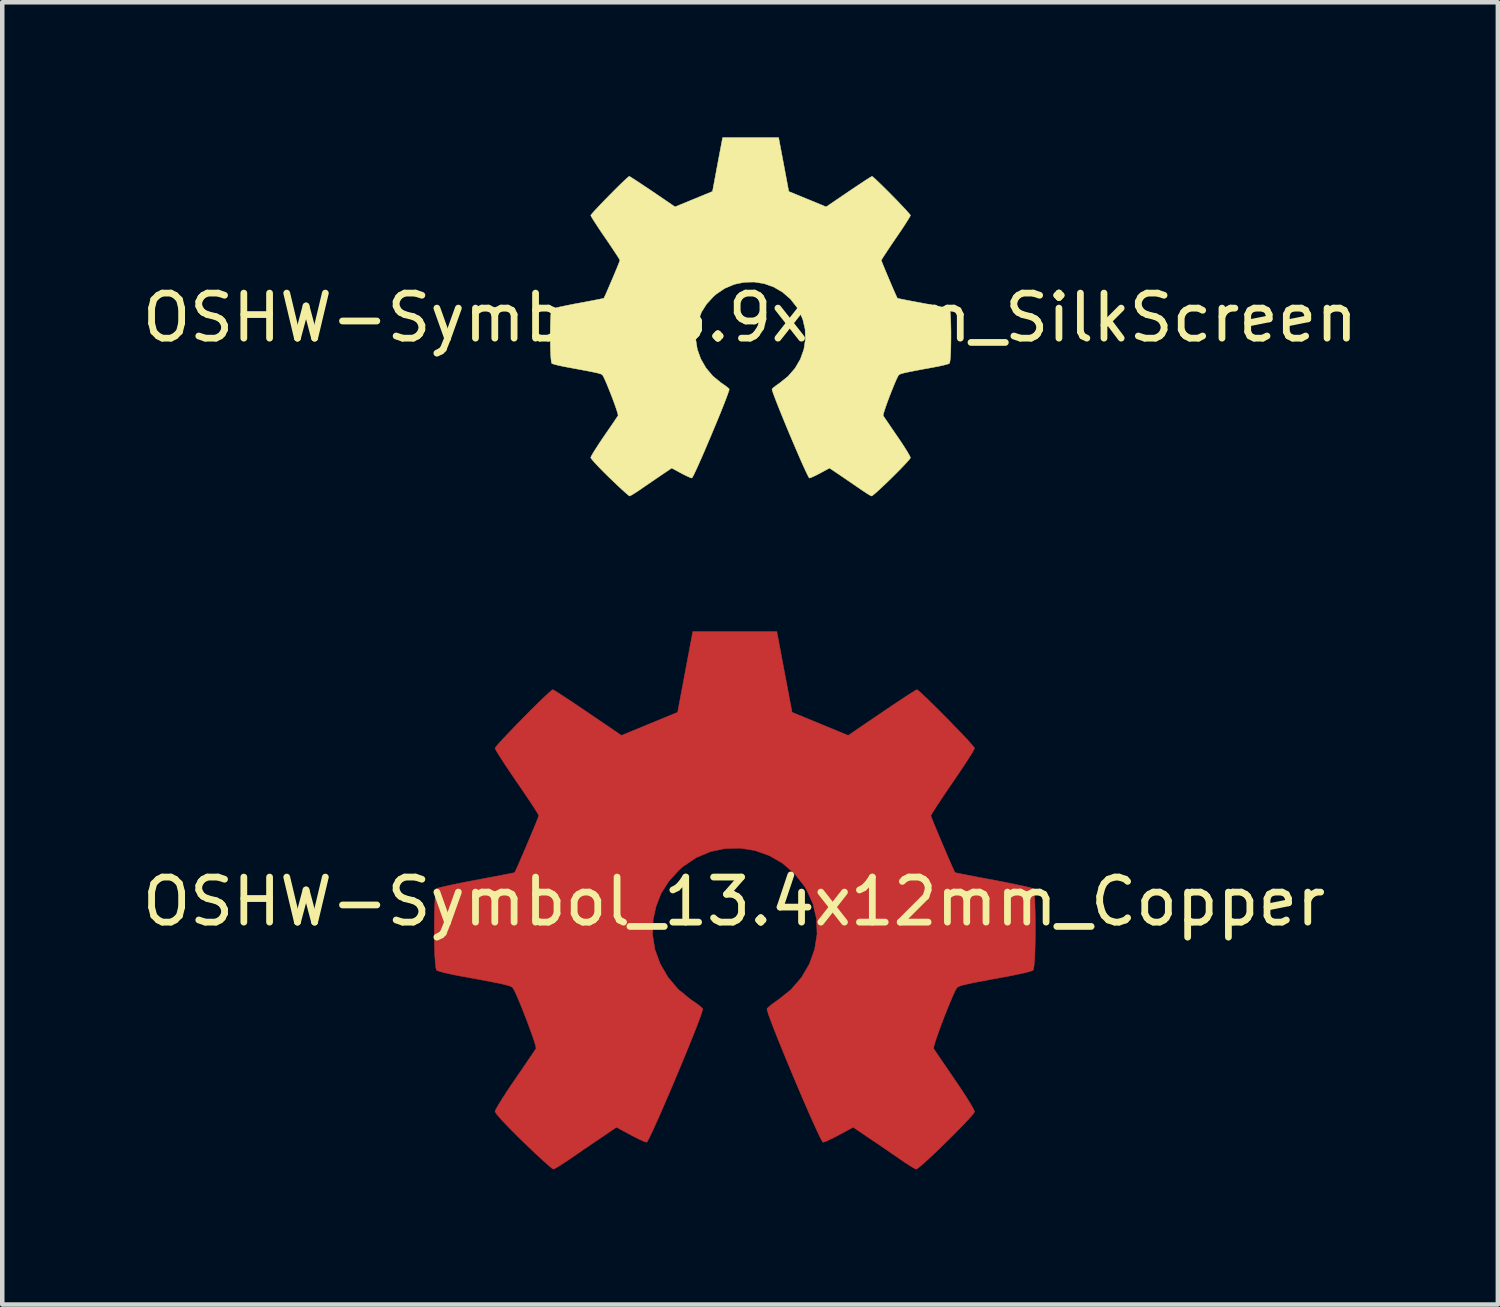
<source format=kicad_pcb>
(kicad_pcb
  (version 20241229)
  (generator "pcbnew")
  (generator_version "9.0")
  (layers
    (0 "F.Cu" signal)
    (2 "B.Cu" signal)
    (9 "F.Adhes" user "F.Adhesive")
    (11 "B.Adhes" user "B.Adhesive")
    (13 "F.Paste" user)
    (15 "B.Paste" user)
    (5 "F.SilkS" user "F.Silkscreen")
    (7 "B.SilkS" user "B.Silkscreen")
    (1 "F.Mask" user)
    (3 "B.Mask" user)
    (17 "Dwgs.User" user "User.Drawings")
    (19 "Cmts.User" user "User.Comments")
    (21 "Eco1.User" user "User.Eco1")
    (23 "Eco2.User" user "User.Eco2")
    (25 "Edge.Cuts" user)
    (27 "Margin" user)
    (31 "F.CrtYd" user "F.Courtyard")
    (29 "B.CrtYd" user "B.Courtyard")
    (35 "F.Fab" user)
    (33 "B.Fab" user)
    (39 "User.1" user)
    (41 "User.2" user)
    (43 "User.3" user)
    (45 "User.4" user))
  (footprint "OSHW-Symbol_8.9x8mm_SilkScreen"
    (layer "F.Cu")
    (at 13.601 4.002)
    (property "Reference" "OSHW-Symbol_8.9x8mm_SilkScreen" (at 0 0 0) (layer "F.SilkS") (effects (font (size 1 1) (thickness 0.15))))
    (attr exclude_from_pos_files exclude_from_bom allow_missing_courtyard)
    (fp_poly (pts (xy 0.747 -3.4) (xy 0.859 -2.802) (xy 1.275 -2.631) (xy 1.69 -2.46) (xy 2.188 -2.799) (xy 2.328 -2.893) (xy 2.454 -2.977) (xy 2.561 -3.048) (xy 2.643 -3.1) (xy 2.693 -3.131) (xy 2.707 -3.138) (xy 2.732 -3.121) (xy 2.785 -3.073) (xy 2.86 -3.002) (xy 2.952 -2.912) (xy 3.054 -2.811) (xy 3.161 -2.703) (xy 3.266 -2.596) (xy 3.363 -2.494) (xy 3.447 -2.405) (xy 3.512 -2.333) (xy 3.552 -2.286) (xy 3.561 -2.27) (xy 3.547 -2.241) (xy 3.509 -2.178) (xy 3.451 -2.086) (xy 3.376 -1.971) (xy 3.288 -1.841) (xy 3.237 -1.767) (xy 3.145 -1.632) (xy 3.063 -1.509) (xy 2.995 -1.406) (xy 2.945 -1.329) (xy 2.918 -1.283) (xy 2.914 -1.273) (xy 2.923 -1.245) (xy 2.948 -1.181) (xy 2.986 -1.09) (xy 3.032 -0.979) (xy 3.083 -0.859) (xy 3.134 -0.739) (xy 3.182 -0.627) (xy 3.224 -0.532) (xy 3.254 -0.464) (xy 3.271 -0.432) (xy 3.272 -0.431) (xy 3.297 -0.424) (xy 3.364 -0.411) (xy 3.466 -0.39) (xy 3.597 -0.365) (xy 3.748 -0.337) (xy 3.837 -0.32) (xy 3.998 -0.29) (xy 4.145 -0.26) (xy 4.268 -0.234) (xy 4.36 -0.213) (xy 4.415 -0.197) (xy 4.426 -0.193) (xy 4.437 -0.16) (xy 4.446 -0.086) (xy 4.452 0.02) (xy 4.457 0.15) (xy 4.46 0.296) (xy 4.46 0.448) (xy 4.458 0.598) (xy 4.455 0.737) (xy 4.449 0.857) (xy 4.441 0.949) (xy 4.431 1.005) (xy 4.425 1.016) (xy 4.39 1.03) (xy 4.316 1.05) (xy 4.212 1.074) (xy 4.089 1.098) (xy 4.046 1.106) (xy 3.838 1.144) (xy 3.674 1.175) (xy 3.548 1.2) (xy 3.455 1.219) (xy 3.389 1.235) (xy 3.346 1.248) (xy 3.318 1.26) (xy 3.302 1.272) (xy 3.3 1.274) (xy 3.278 1.311) (xy 3.243 1.384) (xy 3.2 1.484) (xy 3.153 1.601) (xy 3.103 1.727) (xy 3.056 1.852) (xy 3.014 1.969) (xy 2.981 2.067) (xy 2.96 2.138) (xy 2.954 2.173) (xy 2.954 2.174) (xy 2.973 2.203) (xy 3.016 2.266) (xy 3.078 2.357) (xy 3.154 2.469) (xy 3.241 2.596) (xy 3.266 2.632) (xy 3.355 2.763) (xy 3.433 2.883) (xy 3.496 2.984) (xy 3.539 3.06) (xy 3.56 3.103) (xy 3.561 3.109) (xy 3.544 3.137) (xy 3.496 3.193) (xy 3.424 3.271) (xy 3.334 3.365) (xy 3.232 3.468) (xy 3.124 3.575) (xy 3.016 3.68) (xy 2.914 3.776) (xy 2.825 3.858) (xy 2.755 3.919) (xy 2.709 3.954) (xy 2.696 3.959) (xy 2.667 3.946) (xy 2.607 3.91) (xy 2.526 3.857) (xy 2.463 3.815) (xy 2.35 3.737) (xy 2.216 3.645) (xy 2.081 3.553) (xy 2.009 3.504) (xy 1.764 3.339) (xy 1.559 3.45) (xy 1.465 3.499) (xy 1.385 3.536) (xy 1.331 3.558) (xy 1.318 3.561) (xy 1.301 3.539) (xy 1.269 3.476) (xy 1.223 3.379) (xy 1.165 3.253) (xy 1.099 3.103) (xy 1.027 2.936) (xy 0.951 2.758) (xy 0.873 2.574) (xy 0.796 2.39) (xy 0.723 2.211) (xy 0.655 2.044) (xy 0.596 1.895) (xy 0.547 1.768) (xy 0.511 1.671) (xy 0.491 1.608) (xy 0.488 1.586) (xy 0.513 1.558) (xy 0.57 1.514) (xy 0.644 1.461) (xy 0.651 1.457) (xy 0.844 1.302) (xy 1 1.122) (xy 1.117 0.921) (xy 1.194 0.706) (xy 1.229 0.483) (xy 1.222 0.257) (xy 1.17 0.034) (xy 1.073 -0.18) (xy 1.044 -0.226) (xy 0.896 -0.415) (xy 0.72 -0.567) (xy 0.524 -0.681) (xy 0.313 -0.756) (xy 0.093 -0.791) (xy -0.13 -0.786) (xy -0.349 -0.74) (xy -0.559 -0.652) (xy -0.753 -0.521) (xy -0.813 -0.468) (xy -0.966 -0.301) (xy -1.077 -0.126) (xy -1.153 0.07) (xy -1.196 0.265) (xy -1.206 0.483) (xy -1.171 0.703) (xy -1.094 0.916) (xy -0.979 1.116) (xy -0.829 1.294) (xy -0.647 1.444) (xy -0.623 1.46) (xy -0.548 1.512) (xy -0.49 1.557) (xy -0.463 1.585) (xy -0.462 1.586) (xy -0.468 1.617) (xy -0.492 1.687) (xy -0.53 1.791) (xy -0.581 1.922) (xy -0.642 2.076) (xy -0.711 2.245) (xy -0.786 2.425) (xy -0.863 2.61) (xy -0.941 2.793) (xy -1.016 2.97) (xy -1.088 3.134) (xy -1.152 3.279) (xy -1.208 3.4) (xy -1.251 3.491) (xy -1.281 3.546) (xy -1.293 3.561) (xy -1.329 3.55) (xy -1.397 3.519) (xy -1.485 3.476) (xy -1.534 3.45) (xy -1.739 3.339) (xy -1.984 3.504) (xy -2.109 3.589) (xy -2.246 3.683) (xy -2.374 3.77) (xy -2.438 3.815) (xy -2.528 3.875) (xy -2.605 3.923) (xy -2.658 3.953) (xy -2.675 3.959) (xy -2.7 3.942) (xy -2.755 3.895) (xy -2.835 3.823) (xy -2.934 3.731) (xy -3.048 3.623) (xy -3.12 3.554) (xy -3.245 3.431) (xy -3.354 3.32) (xy -3.441 3.227) (xy -3.503 3.157) (xy -3.534 3.114) (xy -3.537 3.105) (xy -3.523 3.072) (xy -3.485 3.005) (xy -3.426 2.911) (xy -3.352 2.796) (xy -3.266 2.668) (xy -3.241 2.632) (xy -3.152 2.502) (xy -3.072 2.386) (xy -3.006 2.288) (xy -2.958 2.217) (xy -2.932 2.178) (xy -2.93 2.174) (xy -2.933 2.143) (xy -2.953 2.076) (xy -2.985 1.98) (xy -3.026 1.865) (xy -3.073 1.74) (xy -3.123 1.614) (xy -3.171 1.495) (xy -3.214 1.394) (xy -3.25 1.318) (xy -3.273 1.276) (xy -3.275 1.274) (xy -3.29 1.262) (xy -3.314 1.25) (xy -3.355 1.237) (xy -3.416 1.222) (xy -3.503 1.204) (xy -3.622 1.18) (xy -3.779 1.151) (xy -3.978 1.114) (xy -4.021 1.106) (xy -4.149 1.082) (xy -4.26 1.058) (xy -4.345 1.036) (xy -4.394 1.02) (xy -4.401 1.016) (xy -4.411 0.983) (xy -4.42 0.909) (xy -4.427 0.802) (xy -4.432 0.672) (xy -4.434 0.526) (xy -4.435 0.374) (xy -4.434 0.224) (xy -4.43 0.085) (xy -4.425 -0.034) (xy -4.417 -0.126) (xy -4.407 -0.181) (xy -4.401 -0.193) (xy -4.369 -0.204) (xy -4.295 -0.222) (xy -4.186 -0.246) (xy -4.051 -0.274) (xy -3.896 -0.305) (xy -3.812 -0.32) (xy -3.652 -0.35) (xy -3.509 -0.377) (xy -3.391 -0.4) (xy -3.304 -0.418) (xy -3.255 -0.428) (xy -3.247 -0.431) (xy -3.233 -0.457) (xy -3.204 -0.52) (xy -3.164 -0.611) (xy -3.117 -0.721) (xy -3.065 -0.841) (xy -3.014 -0.962) (xy -2.967 -1.074) (xy -2.928 -1.17) (xy -2.901 -1.239) (xy -2.889 -1.273) (xy -2.889 -1.274) (xy -2.902 -1.301) (xy -2.94 -1.362) (xy -2.999 -1.452) (xy -3.074 -1.565) (xy -3.161 -1.694) (xy -3.212 -1.768) (xy -3.305 -1.904) (xy -3.387 -2.027) (xy -3.455 -2.132) (xy -3.505 -2.212) (xy -3.532 -2.26) (xy -3.536 -2.271) (xy -3.519 -2.296) (xy -3.473 -2.35) (xy -3.402 -2.426) (xy -3.314 -2.519) (xy -3.214 -2.623) (xy -3.108 -2.731) (xy -3.002 -2.838) (xy -2.902 -2.937) (xy -2.814 -3.022) (xy -2.743 -3.088) (xy -2.697 -3.128) (xy -2.682 -3.138) (xy -2.656 -3.124) (xy -2.596 -3.086) (xy -2.506 -3.028) (xy -2.393 -2.953) (xy -2.262 -2.866) (xy -2.163 -2.799) (xy -1.665 -2.46) (xy -1.25 -2.631) (xy -0.834 -2.802) (xy -0.722 -3.4) (xy -0.609 -3.997) (xy 0.634 -3.997) (xy 0.747 -3.4)) (stroke (width 0.01) (type solid)) (fill yes) (layer "F.SilkS")))
  (footprint "OSHW-Symbol_13.4x12mm_Copper"
    (layer "F.Cu")
    (at 13.244 16.966)
    (property "Reference" "OSHW-Symbol_13.4x12mm_Copper" (at 0 0 0) (layer "F.SilkS") (effects (font (size 1 1) (thickness 0.15))))
    (attr exclude_from_pos_files exclude_from_bom allow_missing_courtyard)
    (fp_poly (pts (xy 1.12 -5.099) (xy 1.289 -4.204) (xy 1.912 -3.947) (xy 2.535 -3.69) (xy 3.282 -4.198) (xy 3.492 -4.34) (xy 3.681 -4.466) (xy 3.841 -4.571) (xy 3.964 -4.65) (xy 4.04 -4.696) (xy 4.06 -4.706) (xy 4.098 -4.681) (xy 4.177 -4.61) (xy 4.29 -4.503) (xy 4.428 -4.368) (xy 4.581 -4.216) (xy 4.741 -4.055) (xy 4.898 -3.893) (xy 5.045 -3.741) (xy 5.171 -3.607) (xy 5.268 -3.5) (xy 5.327 -3.429) (xy 5.341 -3.406) (xy 5.321 -3.362) (xy 5.264 -3.267) (xy 5.176 -3.128) (xy 5.063 -2.957) (xy 4.932 -2.762) (xy 4.856 -2.651) (xy 4.717 -2.447) (xy 4.594 -2.264) (xy 4.492 -2.109) (xy 4.418 -1.993) (xy 4.376 -1.924) (xy 4.37 -1.909) (xy 4.384 -1.868) (xy 4.422 -1.772) (xy 4.479 -1.634) (xy 4.548 -1.469) (xy 4.624 -1.289) (xy 4.701 -1.108) (xy 4.774 -0.94) (xy 4.836 -0.798) (xy 4.882 -0.696) (xy 4.906 -0.648) (xy 4.907 -0.646) (xy 4.945 -0.637) (xy 5.046 -0.616) (xy 5.2 -0.586) (xy 5.395 -0.548) (xy 5.622 -0.505) (xy 5.755 -0.481) (xy 5.998 -0.434) (xy 6.217 -0.39) (xy 6.402 -0.351) (xy 6.541 -0.319) (xy 6.623 -0.296) (xy 6.639 -0.289) (xy 6.656 -0.24) (xy 6.669 -0.129) (xy 6.679 0.03) (xy 6.686 0.226) (xy 6.689 0.444) (xy 6.69 0.672) (xy 6.687 0.897) (xy 6.682 1.106) (xy 6.673 1.286) (xy 6.662 1.424) (xy 6.647 1.507) (xy 6.638 1.525) (xy 6.586 1.546) (xy 6.474 1.575) (xy 6.318 1.61) (xy 6.133 1.648) (xy 6.069 1.66) (xy 5.757 1.717) (xy 5.511 1.763) (xy 5.322 1.799) (xy 5.183 1.829) (xy 5.084 1.852) (xy 5.018 1.872) (xy 4.978 1.89) (xy 4.953 1.907) (xy 4.95 1.911) (xy 4.916 1.967) (xy 4.865 2.077) (xy 4.801 2.226) (xy 4.729 2.401) (xy 4.655 2.59) (xy 4.584 2.778) (xy 4.521 2.953) (xy 4.471 3.1) (xy 4.439 3.207) (xy 4.431 3.259) (xy 4.432 3.261) (xy 4.46 3.304) (xy 4.524 3.399) (xy 4.616 3.535) (xy 4.732 3.704) (xy 4.862 3.894) (xy 4.899 3.949) (xy 5.032 4.145) (xy 5.149 4.324) (xy 5.243 4.475) (xy 5.309 4.589) (xy 5.34 4.655) (xy 5.341 4.663) (xy 5.316 4.706) (xy 5.244 4.79) (xy 5.136 4.907) (xy 5.001 5.047) (xy 4.848 5.202) (xy 4.685 5.363) (xy 4.524 5.519) (xy 4.371 5.664) (xy 4.238 5.786) (xy 4.132 5.878) (xy 4.064 5.931) (xy 4.045 5.939) (xy 4 5.919) (xy 3.91 5.865) (xy 3.788 5.786) (xy 3.695 5.722) (xy 3.525 5.605) (xy 3.324 5.467) (xy 3.122 5.33) (xy 3.013 5.257) (xy 2.646 5.008) (xy 2.338 5.175) (xy 2.197 5.248) (xy 2.078 5.305) (xy 1.997 5.337) (xy 1.977 5.341) (xy 1.952 5.308) (xy 1.903 5.214) (xy 1.834 5.068) (xy 1.748 4.879) (xy 1.649 4.655) (xy 1.54 4.405) (xy 1.426 4.137) (xy 1.309 3.861) (xy 1.194 3.585) (xy 1.084 3.317) (xy 0.982 3.067) (xy 0.893 2.842) (xy 0.82 2.652) (xy 0.767 2.506) (xy 0.737 2.411) (xy 0.732 2.379) (xy 0.77 2.338) (xy 0.854 2.27) (xy 0.966 2.191) (xy 0.976 2.185) (xy 1.266 1.953) (xy 1.5 1.682) (xy 1.675 1.382) (xy 1.79 1.06) (xy 1.844 0.725) (xy 1.833 0.386) (xy 1.755 0.052) (xy 1.61 -0.269) (xy 1.567 -0.34) (xy 1.344 -0.623) (xy 1.08 -0.851) (xy 0.786 -1.021) (xy 0.469 -1.134) (xy 0.139 -1.187) (xy -0.195 -1.179) (xy -0.523 -1.11) (xy -0.838 -0.978) (xy -1.129 -0.781) (xy -1.219 -0.701) (xy -1.448 -0.452) (xy -1.615 -0.189) (xy -1.73 0.105) (xy -1.794 0.397) (xy -1.809 0.725) (xy -1.757 1.055) (xy -1.641 1.375) (xy -1.468 1.674) (xy -1.243 1.942) (xy -0.971 2.166) (xy -0.935 2.19) (xy -0.822 2.268) (xy -0.736 2.335) (xy -0.694 2.378) (xy -0.694 2.379) (xy -0.703 2.425) (xy -0.738 2.531) (xy -0.795 2.686) (xy -0.872 2.884) (xy -0.964 3.114) (xy -1.067 3.368) (xy -1.179 3.638) (xy -1.295 3.915) (xy -1.411 4.19) (xy -1.525 4.455) (xy -1.632 4.701) (xy -1.729 4.919) (xy -1.812 5.1) (xy -1.877 5.237) (xy -1.921 5.32) (xy -1.939 5.341) (xy -1.994 5.325) (xy -2.096 5.279) (xy -2.228 5.213) (xy -2.3 5.175) (xy -2.609 5.008) (xy -2.976 5.257) (xy -3.163 5.384) (xy -3.369 5.524) (xy -3.561 5.656) (xy -3.657 5.722) (xy -3.793 5.813) (xy -3.907 5.885) (xy -3.986 5.929) (xy -4.012 5.938) (xy -4.049 5.913) (xy -4.132 5.843) (xy -4.252 5.735) (xy -4.401 5.597) (xy -4.572 5.435) (xy -4.68 5.331) (xy -4.868 5.146) (xy -5.031 4.98) (xy -5.162 4.841) (xy -5.254 4.736) (xy -5.301 4.671) (xy -5.305 4.658) (xy -5.284 4.608) (xy -5.227 4.508) (xy -5.139 4.366) (xy -5.028 4.194) (xy -4.899 4.002) (xy -4.862 3.949) (xy -4.728 3.754) (xy -4.608 3.578) (xy -4.509 3.432) (xy -4.437 3.325) (xy -4.398 3.267) (xy -4.394 3.261) (xy -4.4 3.215) (xy -4.429 3.113) (xy -4.478 2.97) (xy -4.54 2.798) (xy -4.61 2.61) (xy -4.684 2.421) (xy -4.756 2.243) (xy -4.821 2.091) (xy -4.874 1.976) (xy -4.91 1.914) (xy -4.913 1.911) (xy -4.935 1.893) (xy -4.972 1.875) (xy -5.032 1.856) (xy -5.124 1.833) (xy -5.255 1.805) (xy -5.434 1.77) (xy -5.668 1.726) (xy -5.967 1.671) (xy -6.031 1.66) (xy -6.223 1.623) (xy -6.39 1.586) (xy -6.517 1.554) (xy -6.591 1.53) (xy -6.601 1.525) (xy -6.617 1.475) (xy -6.63 1.364) (xy -6.641 1.204) (xy -6.648 1.008) (xy -6.652 0.79) (xy -6.653 0.562) (xy -6.65 0.337) (xy -6.645 0.128) (xy -6.637 -0.052) (xy -6.625 -0.189) (xy -6.611 -0.272) (xy -6.602 -0.289) (xy -6.553 -0.306) (xy -6.442 -0.334) (xy -6.279 -0.37) (xy -6.076 -0.412) (xy -5.844 -0.457) (xy -5.718 -0.481) (xy -5.478 -0.526) (xy -5.264 -0.566) (xy -5.086 -0.601) (xy -4.955 -0.627) (xy -4.882 -0.642) (xy -4.87 -0.646) (xy -4.85 -0.685) (xy -4.806 -0.78) (xy -4.746 -0.917) (xy -4.675 -1.082) (xy -4.598 -1.262) (xy -4.522 -1.443) (xy -4.451 -1.611) (xy -4.392 -1.755) (xy -4.351 -1.858) (xy -4.333 -1.909) (xy -4.333 -1.911) (xy -4.353 -1.951) (xy -4.41 -2.043) (xy -4.498 -2.178) (xy -4.611 -2.347) (xy -4.742 -2.541) (xy -4.819 -2.652) (xy -4.958 -2.856) (xy -5.081 -3.041) (xy -5.183 -3.198) (xy -5.258 -3.317) (xy -5.298 -3.39) (xy -5.304 -3.406) (xy -5.279 -3.444) (xy -5.209 -3.525) (xy -5.103 -3.64) (xy -4.971 -3.779) (xy -4.821 -3.935) (xy -4.662 -4.097) (xy -4.503 -4.257) (xy -4.353 -4.405) (xy -4.221 -4.533) (xy -4.115 -4.632) (xy -4.046 -4.692) (xy -4.022 -4.706) (xy -3.984 -4.686) (xy -3.894 -4.63) (xy -3.759 -4.542) (xy -3.589 -4.43) (xy -3.393 -4.298) (xy -3.245 -4.198) (xy -2.498 -3.69) (xy -1.874 -3.947) (xy -1.251 -4.204) (xy -0.914 -5.995) (xy 0.951 -5.995) (xy 1.12 -5.099)) (stroke (width 0.01) (type solid)) (fill yes) (layer "F.Cu")))
  (gr_rect
    (start -3 -3)
    (end 30.202 25.91)
    (stroke (width 0.1) (type default))
    (fill no)
    (layer "Edge.Cuts")))
</source>
